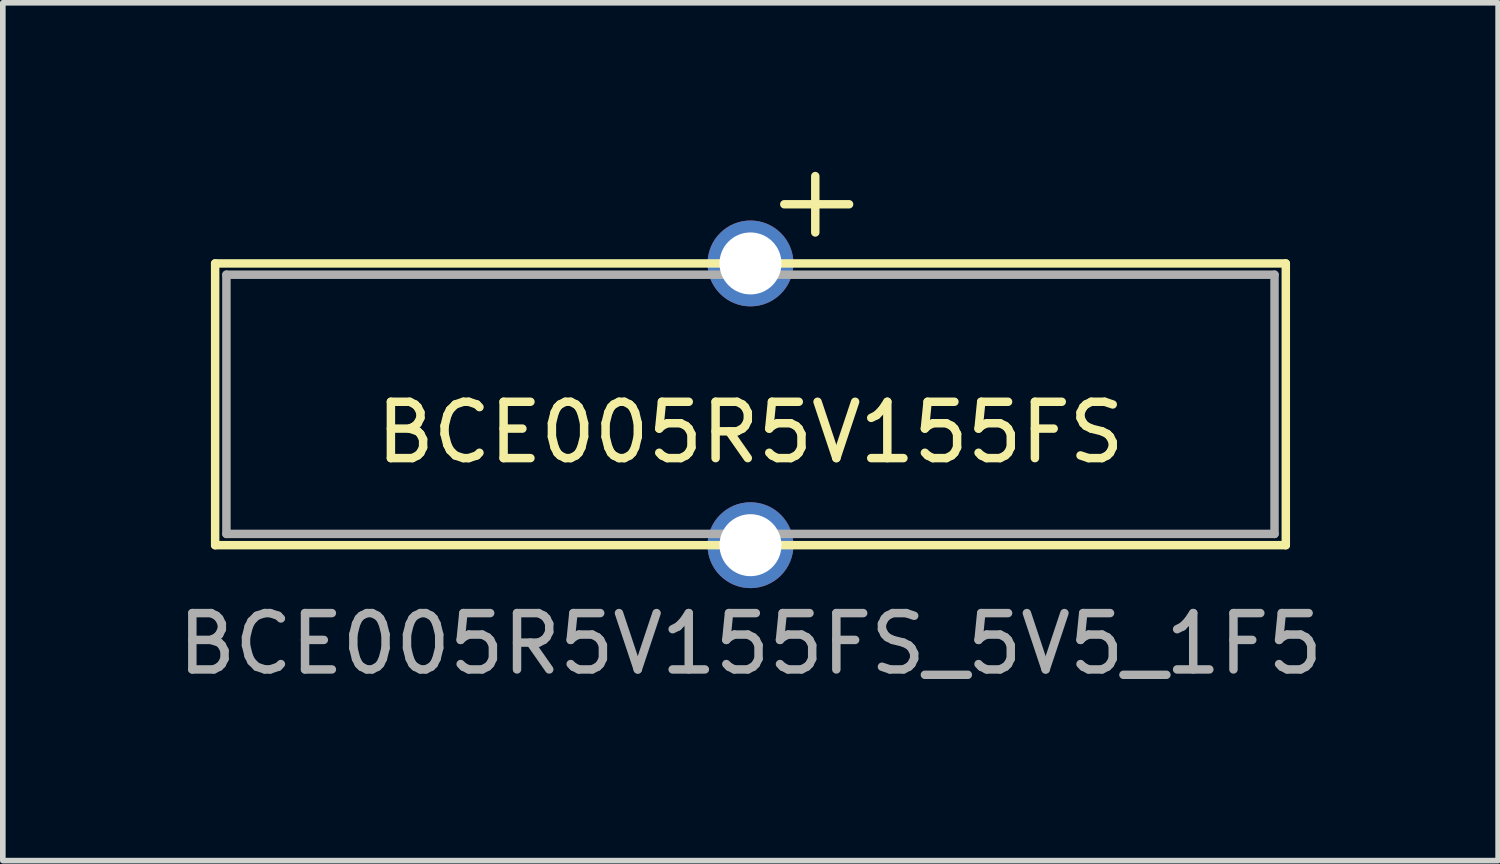
<source format=kicad_pcb>
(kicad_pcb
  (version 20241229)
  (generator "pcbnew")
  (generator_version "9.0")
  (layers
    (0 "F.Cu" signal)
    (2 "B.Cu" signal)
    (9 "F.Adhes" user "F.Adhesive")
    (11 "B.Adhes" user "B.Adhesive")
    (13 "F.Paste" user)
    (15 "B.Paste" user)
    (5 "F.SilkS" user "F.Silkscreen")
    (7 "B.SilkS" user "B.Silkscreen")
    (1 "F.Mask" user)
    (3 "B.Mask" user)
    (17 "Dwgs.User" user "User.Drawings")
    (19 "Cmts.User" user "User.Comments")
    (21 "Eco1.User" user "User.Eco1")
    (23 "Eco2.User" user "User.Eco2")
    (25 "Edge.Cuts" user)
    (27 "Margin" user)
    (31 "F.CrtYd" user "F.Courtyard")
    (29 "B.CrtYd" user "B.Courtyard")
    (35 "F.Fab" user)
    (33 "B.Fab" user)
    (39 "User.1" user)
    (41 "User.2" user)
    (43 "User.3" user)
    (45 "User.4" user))
  (footprint "BCE005R5V155FS"
    (layer "F.Cu")
    (at 10.268 4.125)
    (property "Reference" "BCE005R5V155FS" (at 0 0.5 0) (layer "F.SilkS") (effects (font (size 1 1) (thickness 0.15))))
    (attr through_hole)
    (fp_line (start -9.5 -2.5) (end 9.5 -2.5) (stroke (width 0.15) (type solid)) (layer "F.SilkS"))
    (fp_line (start -9.5 2.5) (end -9.5 -2.5) (stroke (width 0.15) (type solid)) (layer "F.SilkS"))
    (fp_line (start 0.6 -3.55) (end 1.75 -3.55) (stroke (width 0.15) (type solid)) (layer "F.SilkS"))
    (fp_line (start 1.15 -4.05) (end 1.15 -3.05) (stroke (width 0.15) (type solid)) (layer "F.SilkS"))
    (fp_line (start 9.5 -2.5) (end 9.5 2.5) (stroke (width 0.15) (type solid)) (layer "F.SilkS"))
    (fp_line (start 9.5 2.5) (end -9.5 2.5) (stroke (width 0.15) (type solid)) (layer "F.SilkS"))
    (fp_line (start -9.3 -2.3) (end 9.3 -2.3) (stroke (width 0.15) (type solid)) (layer "F.Fab"))
    (fp_line (start -9.3 2.3) (end -9.3 -2.3) (stroke (width 0.15) (type solid)) (layer "F.Fab"))
    (fp_line (start 9.3 -2.3) (end 9.3 2.3) (stroke (width 0.15) (type solid)) (layer "F.Fab"))
    (fp_line (start 9.3 2.3) (end -9.3 2.3) (stroke (width 0.15) (type solid)) (layer "F.Fab"))
    (fp_text user "BCE005R5V155FS_5V5_1F5" (at 0 4.25 0) (layer "F.Fab") (effects (font (size 1 1) (thickness 0.15))))
    (pad "1" thru_hole circle (at 0 -2.5) (size 1.524 1.524) (drill 1.1) (layers "*.Cu" "*.Mask"))
    (pad "2" thru_hole circle (at 0 2.5) (size 1.524 1.524) (drill 1.1) (layers "*.Cu" "*.Mask")))
  (gr_rect
    (start -3 -3)
    (end 23.536 12.223)
    (stroke (width 0.1) (type default))
    (fill no)
    (layer "Edge.Cuts")))
</source>
